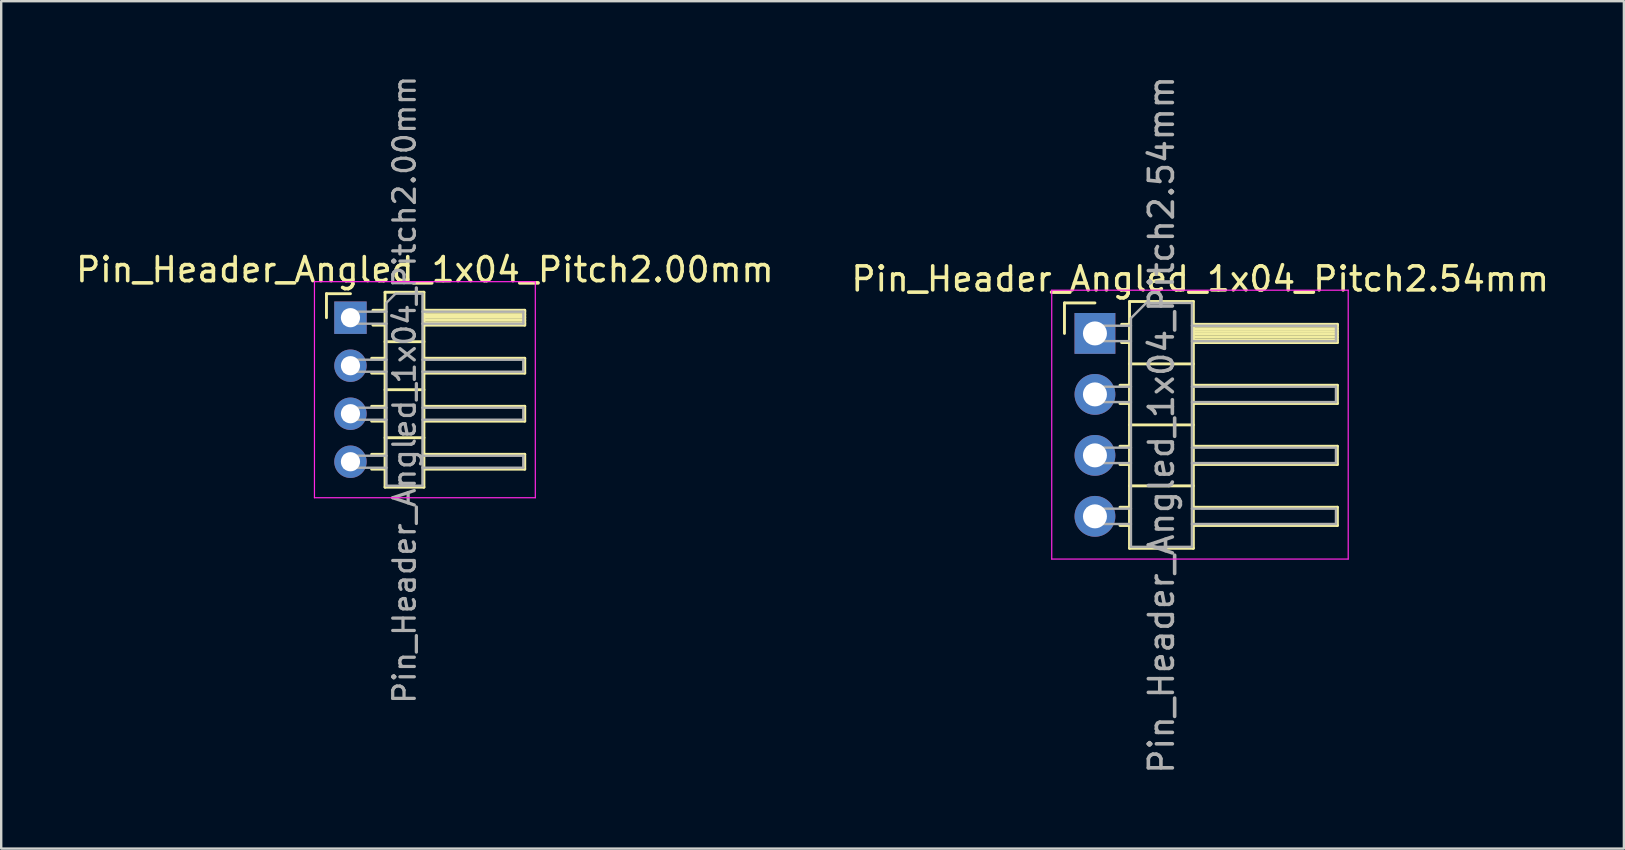
<source format=kicad_pcb>
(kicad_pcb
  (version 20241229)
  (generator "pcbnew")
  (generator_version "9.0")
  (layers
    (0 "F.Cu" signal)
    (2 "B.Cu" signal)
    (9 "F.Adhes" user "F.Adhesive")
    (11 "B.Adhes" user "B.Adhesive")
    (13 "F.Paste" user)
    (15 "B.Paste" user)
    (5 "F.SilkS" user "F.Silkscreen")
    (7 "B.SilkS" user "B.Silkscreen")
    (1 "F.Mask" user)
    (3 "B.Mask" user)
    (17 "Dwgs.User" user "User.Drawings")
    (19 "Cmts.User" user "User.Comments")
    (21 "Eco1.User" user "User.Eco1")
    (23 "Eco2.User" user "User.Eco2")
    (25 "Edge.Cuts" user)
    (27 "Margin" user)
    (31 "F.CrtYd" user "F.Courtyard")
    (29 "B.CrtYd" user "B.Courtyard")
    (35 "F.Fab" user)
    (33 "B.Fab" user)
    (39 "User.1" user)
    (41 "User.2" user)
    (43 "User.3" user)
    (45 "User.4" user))
  (footprint "Pin_Header_Angled_1x04_Pitch2.00mm"
    (layer "F.Cu")
    (at 11.549 10.184)
    (property "Reference" "Pin_Header_Angled_1x04_Pitch2.00mm" (at 3.1 -2 0) (layer "F.SilkS") (effects (font (size 1 1) (thickness 0.15))))
    (attr through_hole)
    (fp_line (start -1 -1) (end 0 -1) (stroke (width 0.12) (type solid)) (layer "F.SilkS"))
    (fp_line (start -1 0) (end -1 -1) (stroke (width 0.12) (type solid)) (layer "F.SilkS"))
    (fp_line (start 0.882 1.69) (end 1.44 1.69) (stroke (width 0.12) (type solid)) (layer "F.SilkS"))
    (fp_line (start 0.882 2.31) (end 1.44 2.31) (stroke (width 0.12) (type solid)) (layer "F.SilkS"))
    (fp_line (start 0.882 3.69) (end 1.44 3.69) (stroke (width 0.12) (type solid)) (layer "F.SilkS"))
    (fp_line (start 0.882 4.31) (end 1.44 4.31) (stroke (width 0.12) (type solid)) (layer "F.SilkS"))
    (fp_line (start 0.882 5.69) (end 1.44 5.69) (stroke (width 0.12) (type solid)) (layer "F.SilkS"))
    (fp_line (start 0.882 6.31) (end 1.44 6.31) (stroke (width 0.12) (type solid)) (layer "F.SilkS"))
    (fp_line (start 0.935 -0.31) (end 1.44 -0.31) (stroke (width 0.12) (type solid)) (layer "F.SilkS"))
    (fp_line (start 0.935 0.31) (end 1.44 0.31) (stroke (width 0.12) (type solid)) (layer "F.SilkS"))
    (fp_line (start 1.44 -1.06) (end 1.44 7.06) (stroke (width 0.12) (type solid)) (layer "F.SilkS"))
    (fp_line (start 1.44 1) (end 3.06 1) (stroke (width 0.12) (type solid)) (layer "F.SilkS"))
    (fp_line (start 1.44 3) (end 3.06 3) (stroke (width 0.12) (type solid)) (layer "F.SilkS"))
    (fp_line (start 1.44 5) (end 3.06 5) (stroke (width 0.12) (type solid)) (layer "F.SilkS"))
    (fp_line (start 1.44 7.06) (end 3.06 7.06) (stroke (width 0.12) (type solid)) (layer "F.SilkS"))
    (fp_line (start 3.06 -1.06) (end 1.44 -1.06) (stroke (width 0.12) (type solid)) (layer "F.SilkS"))
    (fp_line (start 3.06 -0.31) (end 7.26 -0.31) (stroke (width 0.12) (type solid)) (layer "F.SilkS"))
    (fp_line (start 3.06 -0.25) (end 7.26 -0.25) (stroke (width 0.12) (type solid)) (layer "F.SilkS"))
    (fp_line (start 3.06 -0.13) (end 7.26 -0.13) (stroke (width 0.12) (type solid)) (layer "F.SilkS"))
    (fp_line (start 3.06 -0.01) (end 7.26 -0.01) (stroke (width 0.12) (type solid)) (layer "F.SilkS"))
    (fp_line (start 3.06 0.11) (end 7.26 0.11) (stroke (width 0.12) (type solid)) (layer "F.SilkS"))
    (fp_line (start 3.06 0.23) (end 7.26 0.23) (stroke (width 0.12) (type solid)) (layer "F.SilkS"))
    (fp_line (start 3.06 1.69) (end 7.26 1.69) (stroke (width 0.12) (type solid)) (layer "F.SilkS"))
    (fp_line (start 3.06 3.69) (end 7.26 3.69) (stroke (width 0.12) (type solid)) (layer "F.SilkS"))
    (fp_line (start 3.06 5.69) (end 7.26 5.69) (stroke (width 0.12) (type solid)) (layer "F.SilkS"))
    (fp_line (start 3.06 7.06) (end 3.06 -1.06) (stroke (width 0.12) (type solid)) (layer "F.SilkS"))
    (fp_line (start 7.26 -0.31) (end 7.26 0.31) (stroke (width 0.12) (type solid)) (layer "F.SilkS"))
    (fp_line (start 7.26 0.31) (end 3.06 0.31) (stroke (width 0.12) (type solid)) (layer "F.SilkS"))
    (fp_line (start 7.26 1.69) (end 7.26 2.31) (stroke (width 0.12) (type solid)) (layer "F.SilkS"))
    (fp_line (start 7.26 2.31) (end 3.06 2.31) (stroke (width 0.12) (type solid)) (layer "F.SilkS"))
    (fp_line (start 7.26 3.69) (end 7.26 4.31) (stroke (width 0.12) (type solid)) (layer "F.SilkS"))
    (fp_line (start 7.26 4.31) (end 3.06 4.31) (stroke (width 0.12) (type solid)) (layer "F.SilkS"))
    (fp_line (start 7.26 5.69) (end 7.26 6.31) (stroke (width 0.12) (type solid)) (layer "F.SilkS"))
    (fp_line (start 7.26 6.31) (end 3.06 6.31) (stroke (width 0.12) (type solid)) (layer "F.SilkS"))
    (fp_line (start -1.5 -1.5) (end -1.5 7.5) (stroke (width 0.05) (type solid)) (layer "F.CrtYd"))
    (fp_line (start -1.5 7.5) (end 7.7 7.5) (stroke (width 0.05) (type solid)) (layer "F.CrtYd"))
    (fp_line (start 7.7 -1.5) (end -1.5 -1.5) (stroke (width 0.05) (type solid)) (layer "F.CrtYd"))
    (fp_line (start 7.7 7.5) (end 7.7 -1.5) (stroke (width 0.05) (type solid)) (layer "F.CrtYd"))
    (fp_line (start -0.25 -0.25) (end -0.25 0.25) (stroke (width 0.1) (type solid)) (layer "F.Fab"))
    (fp_line (start -0.25 -0.25) (end 1.5 -0.25) (stroke (width 0.1) (type solid)) (layer "F.Fab"))
    (fp_line (start -0.25 0.25) (end 1.5 0.25) (stroke (width 0.1) (type solid)) (layer "F.Fab"))
    (fp_line (start -0.25 1.75) (end -0.25 2.25) (stroke (width 0.1) (type solid)) (layer "F.Fab"))
    (fp_line (start -0.25 1.75) (end 1.5 1.75) (stroke (width 0.1) (type solid)) (layer "F.Fab"))
    (fp_line (start -0.25 2.25) (end 1.5 2.25) (stroke (width 0.1) (type solid)) (layer "F.Fab"))
    (fp_line (start -0.25 3.75) (end -0.25 4.25) (stroke (width 0.1) (type solid)) (layer "F.Fab"))
    (fp_line (start -0.25 3.75) (end 1.5 3.75) (stroke (width 0.1) (type solid)) (layer "F.Fab"))
    (fp_line (start -0.25 4.25) (end 1.5 4.25) (stroke (width 0.1) (type solid)) (layer "F.Fab"))
    (fp_line (start -0.25 5.75) (end -0.25 6.25) (stroke (width 0.1) (type solid)) (layer "F.Fab"))
    (fp_line (start -0.25 5.75) (end 1.5 5.75) (stroke (width 0.1) (type solid)) (layer "F.Fab"))
    (fp_line (start -0.25 6.25) (end 1.5 6.25) (stroke (width 0.1) (type solid)) (layer "F.Fab"))
    (fp_line (start 1.5 -0.625) (end 1.875 -1) (stroke (width 0.1) (type solid)) (layer "F.Fab"))
    (fp_line (start 1.5 7) (end 1.5 -0.625) (stroke (width 0.1) (type solid)) (layer "F.Fab"))
    (fp_line (start 1.875 -1) (end 3 -1) (stroke (width 0.1) (type solid)) (layer "F.Fab"))
    (fp_line (start 3 -1) (end 3 7) (stroke (width 0.1) (type solid)) (layer "F.Fab"))
    (fp_line (start 3 -0.25) (end 7.2 -0.25) (stroke (width 0.1) (type solid)) (layer "F.Fab"))
    (fp_line (start 3 0.25) (end 7.2 0.25) (stroke (width 0.1) (type solid)) (layer "F.Fab"))
    (fp_line (start 3 1.75) (end 7.2 1.75) (stroke (width 0.1) (type solid)) (layer "F.Fab"))
    (fp_line (start 3 2.25) (end 7.2 2.25) (stroke (width 0.1) (type solid)) (layer "F.Fab"))
    (fp_line (start 3 3.75) (end 7.2 3.75) (stroke (width 0.1) (type solid)) (layer "F.Fab"))
    (fp_line (start 3 4.25) (end 7.2 4.25) (stroke (width 0.1) (type solid)) (layer "F.Fab"))
    (fp_line (start 3 5.75) (end 7.2 5.75) (stroke (width 0.1) (type solid)) (layer "F.Fab"))
    (fp_line (start 3 6.25) (end 7.2 6.25) (stroke (width 0.1) (type solid)) (layer "F.Fab"))
    (fp_line (start 3 7) (end 1.5 7) (stroke (width 0.1) (type solid)) (layer "F.Fab"))
    (fp_line (start 7.2 -0.25) (end 7.2 0.25) (stroke (width 0.1) (type solid)) (layer "F.Fab"))
    (fp_line (start 7.2 1.75) (end 7.2 2.25) (stroke (width 0.1) (type solid)) (layer "F.Fab"))
    (fp_line (start 7.2 3.75) (end 7.2 4.25) (stroke (width 0.1) (type solid)) (layer "F.Fab"))
    (fp_line (start 7.2 5.75) (end 7.2 6.25) (stroke (width 0.1) (type solid)) (layer "F.Fab"))
    (fp_text user "${REFERENCE}" (at 2.25 3 90) (layer "F.Fab") (effects (font (size 0.9 0.9) (thickness 0.135))))
    (pad "1" thru_hole rect (at 0 0) (size 1.35 1.35) (drill 0.8) (layers "*.Cu" "*.Mask"))
    (pad "2" thru_hole oval (at 0 2) (size 1.35 1.35) (drill 0.8) (layers "*.Cu" "*.Mask"))
    (pad "3" thru_hole oval (at 0 4) (size 1.35 1.35) (drill 0.8) (layers "*.Cu" "*.Mask"))
    (pad "4" thru_hole oval (at 0 6) (size 1.35 1.35) (drill 0.8) (layers "*.Cu" "*.Mask")))
  (footprint "Pin_Header_Angled_1x04_Pitch2.54mm"
    (layer "F.Cu")
    (at 42.561 10.839)
    (property "Reference" "Pin_Header_Angled_1x04_Pitch2.54mm" (at 4.385 -2.27 0) (layer "F.SilkS") (effects (font (size 1 1) (thickness 0.15))))
    (attr through_hole)
    (fp_line (start -1.27 -1.27) (end 0 -1.27) (stroke (width 0.12) (type solid)) (layer "F.SilkS"))
    (fp_line (start -1.27 0) (end -1.27 -1.27) (stroke (width 0.12) (type solid)) (layer "F.SilkS"))
    (fp_line (start 1.043 2.16) (end 1.44 2.16) (stroke (width 0.12) (type solid)) (layer "F.SilkS"))
    (fp_line (start 1.043 2.92) (end 1.44 2.92) (stroke (width 0.12) (type solid)) (layer "F.SilkS"))
    (fp_line (start 1.043 4.7) (end 1.44 4.7) (stroke (width 0.12) (type solid)) (layer "F.SilkS"))
    (fp_line (start 1.043 5.46) (end 1.44 5.46) (stroke (width 0.12) (type solid)) (layer "F.SilkS"))
    (fp_line (start 1.043 7.24) (end 1.44 7.24) (stroke (width 0.12) (type solid)) (layer "F.SilkS"))
    (fp_line (start 1.043 8) (end 1.44 8) (stroke (width 0.12) (type solid)) (layer "F.SilkS"))
    (fp_line (start 1.11 -0.38) (end 1.44 -0.38) (stroke (width 0.12) (type solid)) (layer "F.SilkS"))
    (fp_line (start 1.11 0.38) (end 1.44 0.38) (stroke (width 0.12) (type solid)) (layer "F.SilkS"))
    (fp_line (start 1.44 -1.33) (end 1.44 8.95) (stroke (width 0.12) (type solid)) (layer "F.SilkS"))
    (fp_line (start 1.44 1.27) (end 4.1 1.27) (stroke (width 0.12) (type solid)) (layer "F.SilkS"))
    (fp_line (start 1.44 3.81) (end 4.1 3.81) (stroke (width 0.12) (type solid)) (layer "F.SilkS"))
    (fp_line (start 1.44 6.35) (end 4.1 6.35) (stroke (width 0.12) (type solid)) (layer "F.SilkS"))
    (fp_line (start 1.44 8.95) (end 4.1 8.95) (stroke (width 0.12) (type solid)) (layer "F.SilkS"))
    (fp_line (start 4.1 -1.33) (end 1.44 -1.33) (stroke (width 0.12) (type solid)) (layer "F.SilkS"))
    (fp_line (start 4.1 -0.38) (end 10.1 -0.38) (stroke (width 0.12) (type solid)) (layer "F.SilkS"))
    (fp_line (start 4.1 -0.32) (end 10.1 -0.32) (stroke (width 0.12) (type solid)) (layer "F.SilkS"))
    (fp_line (start 4.1 -0.2) (end 10.1 -0.2) (stroke (width 0.12) (type solid)) (layer "F.SilkS"))
    (fp_line (start 4.1 -0.08) (end 10.1 -0.08) (stroke (width 0.12) (type solid)) (layer "F.SilkS"))
    (fp_line (start 4.1 0.04) (end 10.1 0.04) (stroke (width 0.12) (type solid)) (layer "F.SilkS"))
    (fp_line (start 4.1 0.16) (end 10.1 0.16) (stroke (width 0.12) (type solid)) (layer "F.SilkS"))
    (fp_line (start 4.1 0.28) (end 10.1 0.28) (stroke (width 0.12) (type solid)) (layer "F.SilkS"))
    (fp_line (start 4.1 2.16) (end 10.1 2.16) (stroke (width 0.12) (type solid)) (layer "F.SilkS"))
    (fp_line (start 4.1 4.7) (end 10.1 4.7) (stroke (width 0.12) (type solid)) (layer "F.SilkS"))
    (fp_line (start 4.1 7.24) (end 10.1 7.24) (stroke (width 0.12) (type solid)) (layer "F.SilkS"))
    (fp_line (start 4.1 8.95) (end 4.1 -1.33) (stroke (width 0.12) (type solid)) (layer "F.SilkS"))
    (fp_line (start 10.1 -0.38) (end 10.1 0.38) (stroke (width 0.12) (type solid)) (layer "F.SilkS"))
    (fp_line (start 10.1 0.38) (end 4.1 0.38) (stroke (width 0.12) (type solid)) (layer "F.SilkS"))
    (fp_line (start 10.1 2.16) (end 10.1 2.92) (stroke (width 0.12) (type solid)) (layer "F.SilkS"))
    (fp_line (start 10.1 2.92) (end 4.1 2.92) (stroke (width 0.12) (type solid)) (layer "F.SilkS"))
    (fp_line (start 10.1 4.7) (end 10.1 5.46) (stroke (width 0.12) (type solid)) (layer "F.SilkS"))
    (fp_line (start 10.1 5.46) (end 4.1 5.46) (stroke (width 0.12) (type solid)) (layer "F.SilkS"))
    (fp_line (start 10.1 7.24) (end 10.1 8) (stroke (width 0.12) (type solid)) (layer "F.SilkS"))
    (fp_line (start 10.1 8) (end 4.1 8) (stroke (width 0.12) (type solid)) (layer "F.SilkS"))
    (fp_line (start -1.8 -1.8) (end -1.8 9.4) (stroke (width 0.05) (type solid)) (layer "F.CrtYd"))
    (fp_line (start -1.8 9.4) (end 10.55 9.4) (stroke (width 0.05) (type solid)) (layer "F.CrtYd"))
    (fp_line (start 10.55 -1.8) (end -1.8 -1.8) (stroke (width 0.05) (type solid)) (layer "F.CrtYd"))
    (fp_line (start 10.55 9.4) (end 10.55 -1.8) (stroke (width 0.05) (type solid)) (layer "F.CrtYd"))
    (fp_line (start -0.32 -0.32) (end -0.32 0.32) (stroke (width 0.1) (type solid)) (layer "F.Fab"))
    (fp_line (start -0.32 -0.32) (end 1.5 -0.32) (stroke (width 0.1) (type solid)) (layer "F.Fab"))
    (fp_line (start -0.32 0.32) (end 1.5 0.32) (stroke (width 0.1) (type solid)) (layer "F.Fab"))
    (fp_line (start -0.32 2.22) (end -0.32 2.86) (stroke (width 0.1) (type solid)) (layer "F.Fab"))
    (fp_line (start -0.32 2.22) (end 1.5 2.22) (stroke (width 0.1) (type solid)) (layer "F.Fab"))
    (fp_line (start -0.32 2.86) (end 1.5 2.86) (stroke (width 0.1) (type solid)) (layer "F.Fab"))
    (fp_line (start -0.32 4.76) (end -0.32 5.4) (stroke (width 0.1) (type solid)) (layer "F.Fab"))
    (fp_line (start -0.32 4.76) (end 1.5 4.76) (stroke (width 0.1) (type solid)) (layer "F.Fab"))
    (fp_line (start -0.32 5.4) (end 1.5 5.4) (stroke (width 0.1) (type solid)) (layer "F.Fab"))
    (fp_line (start -0.32 7.3) (end -0.32 7.94) (stroke (width 0.1) (type solid)) (layer "F.Fab"))
    (fp_line (start -0.32 7.3) (end 1.5 7.3) (stroke (width 0.1) (type solid)) (layer "F.Fab"))
    (fp_line (start -0.32 7.94) (end 1.5 7.94) (stroke (width 0.1) (type solid)) (layer "F.Fab"))
    (fp_line (start 1.5 -0.635) (end 2.135 -1.27) (stroke (width 0.1) (type solid)) (layer "F.Fab"))
    (fp_line (start 1.5 8.89) (end 1.5 -0.635) (stroke (width 0.1) (type solid)) (layer "F.Fab"))
    (fp_line (start 2.135 -1.27) (end 4.04 -1.27) (stroke (width 0.1) (type solid)) (layer "F.Fab"))
    (fp_line (start 4.04 -1.27) (end 4.04 8.89) (stroke (width 0.1) (type solid)) (layer "F.Fab"))
    (fp_line (start 4.04 -0.32) (end 10.04 -0.32) (stroke (width 0.1) (type solid)) (layer "F.Fab"))
    (fp_line (start 4.04 0.32) (end 10.04 0.32) (stroke (width 0.1) (type solid)) (layer "F.Fab"))
    (fp_line (start 4.04 2.22) (end 10.04 2.22) (stroke (width 0.1) (type solid)) (layer "F.Fab"))
    (fp_line (start 4.04 2.86) (end 10.04 2.86) (stroke (width 0.1) (type solid)) (layer "F.Fab"))
    (fp_line (start 4.04 4.76) (end 10.04 4.76) (stroke (width 0.1) (type solid)) (layer "F.Fab"))
    (fp_line (start 4.04 5.4) (end 10.04 5.4) (stroke (width 0.1) (type solid)) (layer "F.Fab"))
    (fp_line (start 4.04 7.3) (end 10.04 7.3) (stroke (width 0.1) (type solid)) (layer "F.Fab"))
    (fp_line (start 4.04 7.94) (end 10.04 7.94) (stroke (width 0.1) (type solid)) (layer "F.Fab"))
    (fp_line (start 4.04 8.89) (end 1.5 8.89) (stroke (width 0.1) (type solid)) (layer "F.Fab"))
    (fp_line (start 10.04 -0.32) (end 10.04 0.32) (stroke (width 0.1) (type solid)) (layer "F.Fab"))
    (fp_line (start 10.04 2.22) (end 10.04 2.86) (stroke (width 0.1) (type solid)) (layer "F.Fab"))
    (fp_line (start 10.04 4.76) (end 10.04 5.4) (stroke (width 0.1) (type solid)) (layer "F.Fab"))
    (fp_line (start 10.04 7.3) (end 10.04 7.94) (stroke (width 0.1) (type solid)) (layer "F.Fab"))
    (fp_text user "${REFERENCE}" (at 2.77 3.81 90) (layer "F.Fab") (effects (font (size 1 1) (thickness 0.15))))
    (pad "1" thru_hole rect (at 0 0) (size 1.7 1.7) (drill 1) (layers "*.Cu" "*.Mask"))
    (pad "2" thru_hole oval (at 0 2.54) (size 1.7 1.7) (drill 1) (layers "*.Cu" "*.Mask"))
    (pad "3" thru_hole oval (at 0 5.08) (size 1.7 1.7) (drill 1) (layers "*.Cu" "*.Mask"))
    (pad "4" thru_hole oval (at 0 7.62) (size 1.7 1.7) (drill 1) (layers "*.Cu" "*.Mask")))
  (gr_rect
    (start -3 -3)
    (end 64.595 32.298)
    (stroke (width 0.1) (type default))
    (fill no)
    (layer "Edge.Cuts")))
</source>
